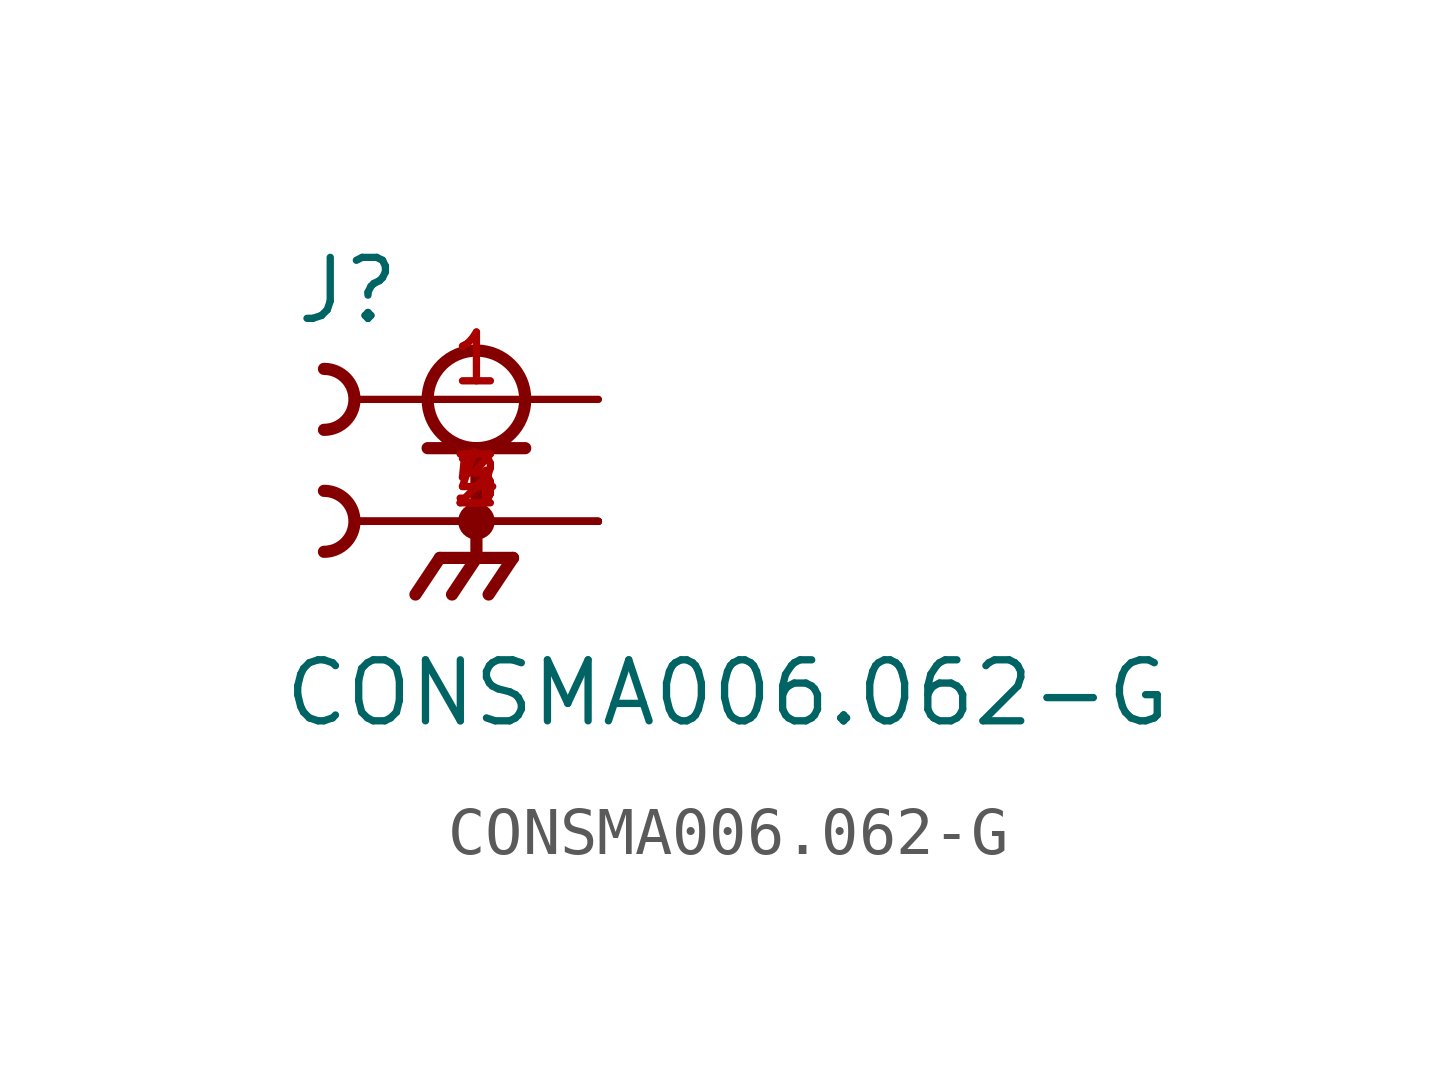
<source format=kicad_sym>
(kicad_symbol_lib
  (version 20211014)
  (generator kicad_symbol_editor)
  (symbol "CONSMA006.062-G"
    (pin_names
      (offset 1.016))
    (property "Reference" "J"
      (at -6.35 1.524 0)
      (effects (font (size 1.27 1.27)) (justify bottom left)))
    (property "Value" "CONSMA006.062-G"
      (at -6.604 -6.858 0)
      (effects (font (size 1.27 1.27)) (justify bottom left)))
    (symbol "CONSMA006.062-G_0_0"
      (circle (center -2.54 0.0) (radius 1.016) (stroke (width 0.254)) (fill (type none)))
      (polyline (pts (xy -3.556 -1.016) (xy -2.54 -1.016)) (stroke (width 0.254)))
      (polyline (pts (xy -2.54 -1.016) (xy -1.524 -1.016)) (stroke (width 0.254)))
      (polyline (pts (xy -2.54 -1.016) (xy -2.54 -3.302)) (stroke (width 0.254)))
      (circle (center -2.54 -2.54) (radius 0.254) (stroke (width 0.254)) (fill (type none)))
      (polyline (pts (xy -2.54 -3.302) (xy -3.302 -3.302)) (stroke (width 0.254)))
      (polyline (pts (xy -2.54 -3.302) (xy -1.778 -3.302)) (stroke (width 0.254)))
      (polyline (pts (xy -3.302 -3.302) (xy -3.81 -4.064)) (stroke (width 0.254)))
      (polyline (pts (xy -2.54 -3.302) (xy -3.048 -4.064)) (stroke (width 0.254)))
      (polyline (pts (xy -1.778 -3.302) (xy -2.286 -4.064)) (stroke (width 0.254)))
      (arc (start -5.715 0.635) (mid -5.08 -0.0) (end -5.715 -0.635) (stroke (width 0.254) (type default) (color 0 0 0 0)) (fill (type none)))
      (arc (start -5.715 -1.905) (mid -5.08 -2.54) (end -5.715 -3.175) (stroke (width 0.254) (type default) (color 0 0 0 0)) (fill (type none)))
      (pin passive line (at 0.0 0.0 180.0) (length 5.08) (name "~" (effects (font (size 1.016 1.016)))) (number "1" (effects (font (size 1.016 1.016)))))
      (pin power_in line (at 0.0 -2.54 180.0) (length 5.08) (name "~" (effects (font (size 1.016 1.016)))) (number "2" (effects (font (size 1.016 1.016)))))
      (pin power_in line (at 0.0 -2.54 180.0) (length 5.08) (name "~" (effects (font (size 1.016 1.016)))) (number "3" (effects (font (size 1.016 1.016)))))
      (pin power_in line (at 0.0 -2.54 180.0) (length 5.08) (name "~" (effects (font (size 1.016 1.016)))) (number "4" (effects (font (size 1.016 1.016)))))
      (pin power_in line (at 0.0 -2.54 180.0) (length 5.08) (name "~" (effects (font (size 1.016 1.016)))) (number "5" (effects (font (size 1.016 1.016))))))))
</source>
